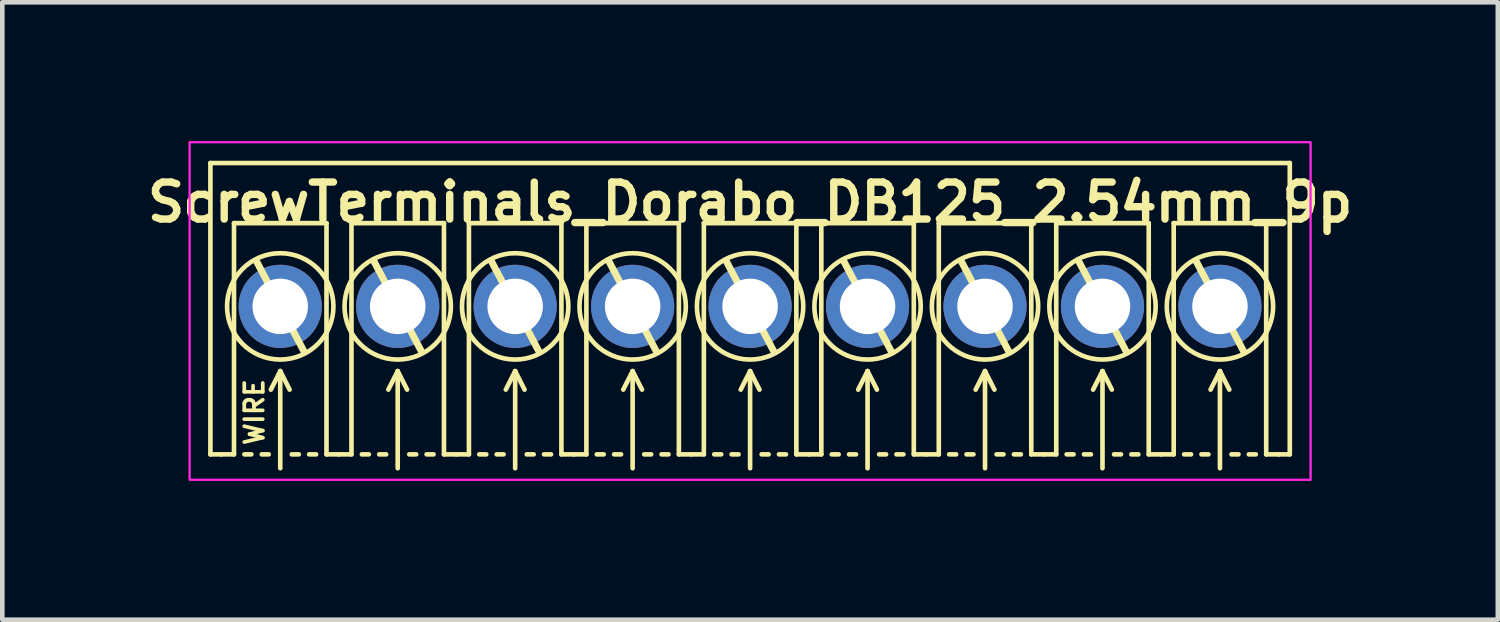
<source format=kicad_pcb>
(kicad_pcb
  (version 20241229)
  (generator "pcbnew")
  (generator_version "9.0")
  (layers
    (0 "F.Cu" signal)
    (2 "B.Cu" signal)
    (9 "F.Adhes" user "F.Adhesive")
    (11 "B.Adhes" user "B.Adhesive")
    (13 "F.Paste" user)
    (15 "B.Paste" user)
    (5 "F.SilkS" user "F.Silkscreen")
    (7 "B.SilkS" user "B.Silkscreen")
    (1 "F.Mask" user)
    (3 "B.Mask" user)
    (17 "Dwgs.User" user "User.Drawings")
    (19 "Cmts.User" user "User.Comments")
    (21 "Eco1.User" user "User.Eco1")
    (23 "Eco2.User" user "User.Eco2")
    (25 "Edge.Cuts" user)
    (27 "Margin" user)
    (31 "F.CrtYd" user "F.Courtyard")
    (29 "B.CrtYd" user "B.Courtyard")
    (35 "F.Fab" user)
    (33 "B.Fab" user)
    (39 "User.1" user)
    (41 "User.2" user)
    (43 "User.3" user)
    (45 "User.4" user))
  (footprint "ScrewTerminals_Dorabo_DB125_2.54mm_9p"
    (layer "F.Cu")
    (at 13.17 3.575)
    (property "Reference" "ScrewTerminals_Dorabo_DB125_2.54mm_9p" (at 0 -2.25 0) (unlocked yes) (layer "F.SilkS") (effects (font (size 0.8 0.8) (thickness 0.16) (bold yes))))
    (attr through_hole)
    (fp_line (start -11.67 -3.1) (end 11.67 -3.1) (stroke (width 0.1) (type default)) (layer "F.SilkS"))
    (fp_line (start -11.67 3.2) (end -11.67 -3.1) (stroke (width 0.1) (type default)) (layer "F.SilkS"))
    (fp_line (start -11.67 3.2) (end -11.43 3.2) (stroke (width 0.1) (type default)) (layer "F.SilkS"))
    (fp_line (start -11.43 3.2) (end -11.16 3.2) (stroke (width 0.1) (type default)) (layer "F.SilkS"))
    (fp_line (start -11.16 -1.8) (end -9.16 -1.8) (stroke (width 0.1) (type solid)) (layer "F.SilkS"))
    (fp_line (start -11.16 3.2) (end -11.16 -1.8) (stroke (width 0.1) (type solid)) (layer "F.SilkS"))
    (fp_line (start -10.935 3.2) (end -10.785 3.2) (stroke (width 0.1) (type default)) (layer "F.SilkS"))
    (fp_line (start -10.668 -0.965) (end -9.652 0.965) (stroke (width 0.15) (type default)) (layer "F.SilkS"))
    (fp_line (start -10.56 3.2) (end -10.41 3.2) (stroke (width 0.1) (type default)) (layer "F.SilkS"))
    (fp_line (start -10.16 1.4) (end -10.363 1.8) (stroke (width 0.1) (type default)) (layer "F.SilkS"))
    (fp_line (start -10.16 1.4) (end -9.957 1.8) (stroke (width 0.1) (type default)) (layer "F.SilkS"))
    (fp_line (start -10.16 3.5) (end -10.16 1.4) (stroke (width 0.1) (type default)) (layer "F.SilkS"))
    (fp_line (start -9.91 3.2) (end -9.76 3.2) (stroke (width 0.1) (type default)) (layer "F.SilkS"))
    (fp_line (start -9.535 3.2) (end -9.385 3.2) (stroke (width 0.1) (type default)) (layer "F.SilkS"))
    (fp_line (start -9.16 -1.8) (end -9.16 3.2) (stroke (width 0.1) (type solid)) (layer "F.SilkS"))
    (fp_line (start -9.16 3.2) (end -8.89 3.2) (stroke (width 0.1) (type default)) (layer "F.SilkS"))
    (fp_line (start -8.89 3.2) (end -8.62 3.2) (stroke (width 0.1) (type default)) (layer "F.SilkS"))
    (fp_line (start -8.62 -1.8) (end -6.62 -1.8) (stroke (width 0.1) (type solid)) (layer "F.SilkS"))
    (fp_line (start -8.62 3.2) (end -8.62 -1.8) (stroke (width 0.1) (type solid)) (layer "F.SilkS"))
    (fp_line (start -8.395 3.2) (end -8.245 3.2) (stroke (width 0.1) (type default)) (layer "F.SilkS"))
    (fp_line (start -8.128 -0.965) (end -7.112 0.965) (stroke (width 0.15) (type default)) (layer "F.SilkS"))
    (fp_line (start -8.02 3.2) (end -7.87 3.2) (stroke (width 0.1) (type default)) (layer "F.SilkS"))
    (fp_line (start -7.62 1.4) (end -7.823 1.8) (stroke (width 0.1) (type default)) (layer "F.SilkS"))
    (fp_line (start -7.62 1.4) (end -7.417 1.8) (stroke (width 0.1) (type default)) (layer "F.SilkS"))
    (fp_line (start -7.62 3.5) (end -7.62 1.4) (stroke (width 0.1) (type default)) (layer "F.SilkS"))
    (fp_line (start -7.37 3.2) (end -7.22 3.2) (stroke (width 0.1) (type default)) (layer "F.SilkS"))
    (fp_line (start -6.995 3.2) (end -6.845 3.2) (stroke (width 0.1) (type default)) (layer "F.SilkS"))
    (fp_line (start -6.62 -1.8) (end -6.62 3.2) (stroke (width 0.1) (type solid)) (layer "F.SilkS"))
    (fp_line (start -6.62 3.2) (end -6.35 3.2) (stroke (width 0.1) (type default)) (layer "F.SilkS"))
    (fp_line (start -6.35 3.2) (end -6.08 3.2) (stroke (width 0.1) (type default)) (layer "F.SilkS"))
    (fp_line (start -6.08 -1.8) (end -4.08 -1.8) (stroke (width 0.1) (type solid)) (layer "F.SilkS"))
    (fp_line (start -6.08 3.2) (end -6.08 -1.8) (stroke (width 0.1) (type solid)) (layer "F.SilkS"))
    (fp_line (start -5.855 3.2) (end -5.705 3.2) (stroke (width 0.1) (type default)) (layer "F.SilkS"))
    (fp_line (start -5.588 -0.965) (end -4.572 0.965) (stroke (width 0.15) (type default)) (layer "F.SilkS"))
    (fp_line (start -5.48 3.2) (end -5.33 3.2) (stroke (width 0.1) (type default)) (layer "F.SilkS"))
    (fp_line (start -5.08 1.4) (end -5.283 1.8) (stroke (width 0.1) (type default)) (layer "F.SilkS"))
    (fp_line (start -5.08 1.4) (end -4.877 1.8) (stroke (width 0.1) (type default)) (layer "F.SilkS"))
    (fp_line (start -5.08 3.5) (end -5.08 1.4) (stroke (width 0.1) (type default)) (layer "F.SilkS"))
    (fp_line (start -4.83 3.2) (end -4.68 3.2) (stroke (width 0.1) (type default)) (layer "F.SilkS"))
    (fp_line (start -4.455 3.2) (end -4.305 3.2) (stroke (width 0.1) (type default)) (layer "F.SilkS"))
    (fp_line (start -4.08 -1.8) (end -4.08 3.2) (stroke (width 0.1) (type solid)) (layer "F.SilkS"))
    (fp_line (start -4.08 3.2) (end -3.81 3.2) (stroke (width 0.1) (type default)) (layer "F.SilkS"))
    (fp_line (start -3.81 3.2) (end -3.54 3.2) (stroke (width 0.1) (type default)) (layer "F.SilkS"))
    (fp_line (start -3.54 -1.8) (end -1.54 -1.8) (stroke (width 0.1) (type solid)) (layer "F.SilkS"))
    (fp_line (start -3.54 3.2) (end -3.54 -1.8) (stroke (width 0.1) (type solid)) (layer "F.SilkS"))
    (fp_line (start -3.315 3.2) (end -3.165 3.2) (stroke (width 0.1) (type default)) (layer "F.SilkS"))
    (fp_line (start -3.048 -0.965) (end -2.032 0.965) (stroke (width 0.15) (type default)) (layer "F.SilkS"))
    (fp_line (start -2.94 3.2) (end -2.79 3.2) (stroke (width 0.1) (type default)) (layer "F.SilkS"))
    (fp_line (start -2.54 1.4) (end -2.743 1.8) (stroke (width 0.1) (type default)) (layer "F.SilkS"))
    (fp_line (start -2.54 1.4) (end -2.337 1.8) (stroke (width 0.1) (type default)) (layer "F.SilkS"))
    (fp_line (start -2.54 3.5) (end -2.54 1.4) (stroke (width 0.1) (type default)) (layer "F.SilkS"))
    (fp_line (start -2.29 3.2) (end -2.14 3.2) (stroke (width 0.1) (type default)) (layer "F.SilkS"))
    (fp_line (start -1.915 3.2) (end -1.765 3.2) (stroke (width 0.1) (type default)) (layer "F.SilkS"))
    (fp_line (start -1.54 -1.8) (end -1.54 3.2) (stroke (width 0.1) (type solid)) (layer "F.SilkS"))
    (fp_line (start -1.54 3.2) (end -1.27 3.2) (stroke (width 0.1) (type default)) (layer "F.SilkS"))
    (fp_line (start -1.27 3.2) (end -1 3.2) (stroke (width 0.1) (type default)) (layer "F.SilkS"))
    (fp_line (start -1 -1.8) (end 1 -1.8) (stroke (width 0.1) (type solid)) (layer "F.SilkS"))
    (fp_line (start -1 3.2) (end -1 -1.8) (stroke (width 0.1) (type solid)) (layer "F.SilkS"))
    (fp_line (start -0.775 3.2) (end -0.625 3.2) (stroke (width 0.1) (type default)) (layer "F.SilkS"))
    (fp_line (start -0.508 -0.965) (end 0.508 0.965) (stroke (width 0.15) (type default)) (layer "F.SilkS"))
    (fp_line (start -0.4 3.2) (end -0.25 3.2) (stroke (width 0.1) (type default)) (layer "F.SilkS"))
    (fp_line (start 0 1.4) (end -0.203 1.8) (stroke (width 0.1) (type default)) (layer "F.SilkS"))
    (fp_line (start 0 1.4) (end 0.203 1.8) (stroke (width 0.1) (type default)) (layer "F.SilkS"))
    (fp_line (start 0 3.5) (end 0 1.4) (stroke (width 0.1) (type default)) (layer "F.SilkS"))
    (fp_line (start 0.25 3.2) (end 0.4 3.2) (stroke (width 0.1) (type default)) (layer "F.SilkS"))
    (fp_line (start 0.625 3.2) (end 0.775 3.2) (stroke (width 0.1) (type default)) (layer "F.SilkS"))
    (fp_line (start 1 -1.8) (end 1 3.2) (stroke (width 0.1) (type solid)) (layer "F.SilkS"))
    (fp_line (start 1 3.2) (end 1.27 3.2) (stroke (width 0.1) (type default)) (layer "F.SilkS"))
    (fp_line (start 1.27 3.2) (end 1.54 3.2) (stroke (width 0.1) (type default)) (layer "F.SilkS"))
    (fp_line (start 1.54 -1.8) (end 3.54 -1.8) (stroke (width 0.1) (type solid)) (layer "F.SilkS"))
    (fp_line (start 1.54 3.2) (end 1.54 -1.8) (stroke (width 0.1) (type solid)) (layer "F.SilkS"))
    (fp_line (start 1.765 3.2) (end 1.915 3.2) (stroke (width 0.1) (type default)) (layer "F.SilkS"))
    (fp_line (start 2.032 -0.965) (end 3.048 0.965) (stroke (width 0.15) (type default)) (layer "F.SilkS"))
    (fp_line (start 2.14 3.2) (end 2.29 3.2) (stroke (width 0.1) (type default)) (layer "F.SilkS"))
    (fp_line (start 2.54 1.4) (end 2.337 1.8) (stroke (width 0.1) (type default)) (layer "F.SilkS"))
    (fp_line (start 2.54 1.4) (end 2.743 1.8) (stroke (width 0.1) (type default)) (layer "F.SilkS"))
    (fp_line (start 2.54 3.5) (end 2.54 1.4) (stroke (width 0.1) (type default)) (layer "F.SilkS"))
    (fp_line (start 2.79 3.2) (end 2.94 3.2) (stroke (width 0.1) (type default)) (layer "F.SilkS"))
    (fp_line (start 3.165 3.2) (end 3.315 3.2) (stroke (width 0.1) (type default)) (layer "F.SilkS"))
    (fp_line (start 3.54 -1.8) (end 3.54 3.2) (stroke (width 0.1) (type solid)) (layer "F.SilkS"))
    (fp_line (start 3.54 3.2) (end 3.81 3.2) (stroke (width 0.1) (type default)) (layer "F.SilkS"))
    (fp_line (start 3.81 3.2) (end 4.08 3.2) (stroke (width 0.1) (type default)) (layer "F.SilkS"))
    (fp_line (start 4.08 -1.8) (end 6.08 -1.8) (stroke (width 0.1) (type solid)) (layer "F.SilkS"))
    (fp_line (start 4.08 3.2) (end 4.08 -1.8) (stroke (width 0.1) (type solid)) (layer "F.SilkS"))
    (fp_line (start 4.305 3.2) (end 4.455 3.2) (stroke (width 0.1) (type default)) (layer "F.SilkS"))
    (fp_line (start 4.572 -0.965) (end 5.588 0.965) (stroke (width 0.15) (type default)) (layer "F.SilkS"))
    (fp_line (start 4.68 3.2) (end 4.83 3.2) (stroke (width 0.1) (type default)) (layer "F.SilkS"))
    (fp_line (start 5.08 1.4) (end 4.877 1.8) (stroke (width 0.1) (type default)) (layer "F.SilkS"))
    (fp_line (start 5.08 1.4) (end 5.283 1.8) (stroke (width 0.1) (type default)) (layer "F.SilkS"))
    (fp_line (start 5.08 3.5) (end 5.08 1.4) (stroke (width 0.1) (type default)) (layer "F.SilkS"))
    (fp_line (start 5.33 3.2) (end 5.48 3.2) (stroke (width 0.1) (type default)) (layer "F.SilkS"))
    (fp_line (start 5.705 3.2) (end 5.855 3.2) (stroke (width 0.1) (type default)) (layer "F.SilkS"))
    (fp_line (start 6.08 -1.8) (end 6.08 3.2) (stroke (width 0.1) (type solid)) (layer "F.SilkS"))
    (fp_line (start 6.08 3.2) (end 6.35 3.2) (stroke (width 0.1) (type default)) (layer "F.SilkS"))
    (fp_line (start 6.35 3.2) (end 6.62 3.2) (stroke (width 0.1) (type default)) (layer "F.SilkS"))
    (fp_line (start 6.62 -1.8) (end 8.62 -1.8) (stroke (width 0.1) (type solid)) (layer "F.SilkS"))
    (fp_line (start 6.62 3.2) (end 6.62 -1.8) (stroke (width 0.1) (type solid)) (layer "F.SilkS"))
    (fp_line (start 6.845 3.2) (end 6.995 3.2) (stroke (width 0.1) (type default)) (layer "F.SilkS"))
    (fp_line (start 7.112 -0.965) (end 8.128 0.965) (stroke (width 0.15) (type default)) (layer "F.SilkS"))
    (fp_line (start 7.22 3.2) (end 7.37 3.2) (stroke (width 0.1) (type default)) (layer "F.SilkS"))
    (fp_line (start 7.62 1.4) (end 7.417 1.8) (stroke (width 0.1) (type default)) (layer "F.SilkS"))
    (fp_line (start 7.62 1.4) (end 7.823 1.8) (stroke (width 0.1) (type default)) (layer "F.SilkS"))
    (fp_line (start 7.62 3.5) (end 7.62 1.4) (stroke (width 0.1) (type default)) (layer "F.SilkS"))
    (fp_line (start 7.87 3.2) (end 8.02 3.2) (stroke (width 0.1) (type default)) (layer "F.SilkS"))
    (fp_line (start 8.245 3.2) (end 8.395 3.2) (stroke (width 0.1) (type default)) (layer "F.SilkS"))
    (fp_line (start 8.62 -1.8) (end 8.62 3.2) (stroke (width 0.1) (type solid)) (layer "F.SilkS"))
    (fp_line (start 8.62 3.2) (end 8.89 3.2) (stroke (width 0.1) (type default)) (layer "F.SilkS"))
    (fp_line (start 8.89 3.2) (end 9.16 3.2) (stroke (width 0.1) (type default)) (layer "F.SilkS"))
    (fp_line (start 9.16 -1.8) (end 11.16 -1.8) (stroke (width 0.1) (type solid)) (layer "F.SilkS"))
    (fp_line (start 9.16 3.2) (end 9.16 -1.8) (stroke (width 0.1) (type solid)) (layer "F.SilkS"))
    (fp_line (start 9.385 3.2) (end 9.535 3.2) (stroke (width 0.1) (type default)) (layer "F.SilkS"))
    (fp_line (start 9.652 -0.965) (end 10.668 0.965) (stroke (width 0.15) (type default)) (layer "F.SilkS"))
    (fp_line (start 9.76 3.2) (end 9.91 3.2) (stroke (width 0.1) (type default)) (layer "F.SilkS"))
    (fp_line (start 10.16 1.4) (end 9.957 1.8) (stroke (width 0.1) (type default)) (layer "F.SilkS"))
    (fp_line (start 10.16 1.4) (end 10.363 1.8) (stroke (width 0.1) (type default)) (layer "F.SilkS"))
    (fp_line (start 10.16 3.5) (end 10.16 1.4) (stroke (width 0.1) (type default)) (layer "F.SilkS"))
    (fp_line (start 10.41 3.2) (end 10.56 3.2) (stroke (width 0.1) (type default)) (layer "F.SilkS"))
    (fp_line (start 10.785 3.2) (end 10.935 3.2) (stroke (width 0.1) (type default)) (layer "F.SilkS"))
    (fp_line (start 11.16 -1.8) (end 11.16 3.2) (stroke (width 0.1) (type solid)) (layer "F.SilkS"))
    (fp_line (start 11.16 3.2) (end 11.43 3.2) (stroke (width 0.1) (type default)) (layer "F.SilkS"))
    (fp_line (start 11.67 3.2) (end 11.43 3.2) (stroke (width 0.1) (type default)) (layer "F.SilkS"))
    (fp_line (start 11.67 3.2) (end 11.67 -3.1) (stroke (width 0.1) (type default)) (layer "F.SilkS"))
    (fp_circle (center -10.16 0) (end -11.31 0) (stroke (width 0.1) (type default)) (fill no) (layer "F.SilkS"))
    (fp_circle (center -7.62 0) (end -8.77 0) (stroke (width 0.1) (type default)) (fill no) (layer "F.SilkS"))
    (fp_circle (center -5.08 0) (end -6.23 0) (stroke (width 0.1) (type default)) (fill no) (layer "F.SilkS"))
    (fp_circle (center -2.54 0) (end -3.69 0) (stroke (width 0.1) (type default)) (fill no) (layer "F.SilkS"))
    (fp_circle (center 0 0) (end -1.15 0) (stroke (width 0.1) (type default)) (fill no) (layer "F.SilkS"))
    (fp_circle (center 2.54 0) (end 1.39 0) (stroke (width 0.1) (type default)) (fill no) (layer "F.SilkS"))
    (fp_circle (center 5.08 0) (end 3.93 0) (stroke (width 0.1) (type default)) (fill no) (layer "F.SilkS"))
    (fp_circle (center 7.62 0) (end 6.47 0) (stroke (width 0.1) (type default)) (fill no) (layer "F.SilkS"))
    (fp_circle (center 10.16 0) (end 9.01 0) (stroke (width 0.1) (type default)) (fill no) (layer "F.SilkS"))
    (fp_rect (start -12.12 -3.55) (end 12.12 3.75) (stroke (width 0.05) (type default)) (fill no) (layer "F.CrtYd"))
    (fp_text user "WIRE" (at -10.719 2.286 90) (unlocked yes) (layer "F.SilkS") (effects (font (size 0.4 0.4) (thickness 0.08) (bold yes))))
    (pad "1" thru_hole circle (at -10.16 0) (size 1.8 1.8) (drill 1.2) (layers "*.Cu" "*.Mask"))
    (pad "2" thru_hole circle (at -7.62 0) (size 1.8 1.8) (drill 1.2) (layers "*.Cu" "*.Mask"))
    (pad "3" thru_hole circle (at -5.08 0) (size 1.8 1.8) (drill 1.2) (layers "*.Cu" "*.Mask"))
    (pad "4" thru_hole circle (at -2.54 0) (size 1.8 1.8) (drill 1.2) (layers "*.Cu" "*.Mask"))
    (pad "5" thru_hole circle (at 0 0) (size 1.8 1.8) (drill 1.2) (layers "*.Cu" "*.Mask"))
    (pad "6" thru_hole circle (at 2.54 0) (size 1.8 1.8) (drill 1.2) (layers "*.Cu" "*.Mask"))
    (pad "7" thru_hole circle (at 5.08 0) (size 1.8 1.8) (drill 1.2) (layers "*.Cu" "*.Mask"))
    (pad "8" thru_hole circle (at 7.62 0) (size 1.8 1.8) (drill 1.2) (layers "*.Cu" "*.Mask"))
    (pad "9" thru_hole circle (at 10.16 0) (size 1.8 1.8) (drill 1.2) (layers "*.Cu" "*.Mask")))
  (gr_rect
    (start -3 -3)
    (end 29.339 10.35)
    (stroke (width 0.1) (type default))
    (fill no)
    (layer "Edge.Cuts")))
</source>
